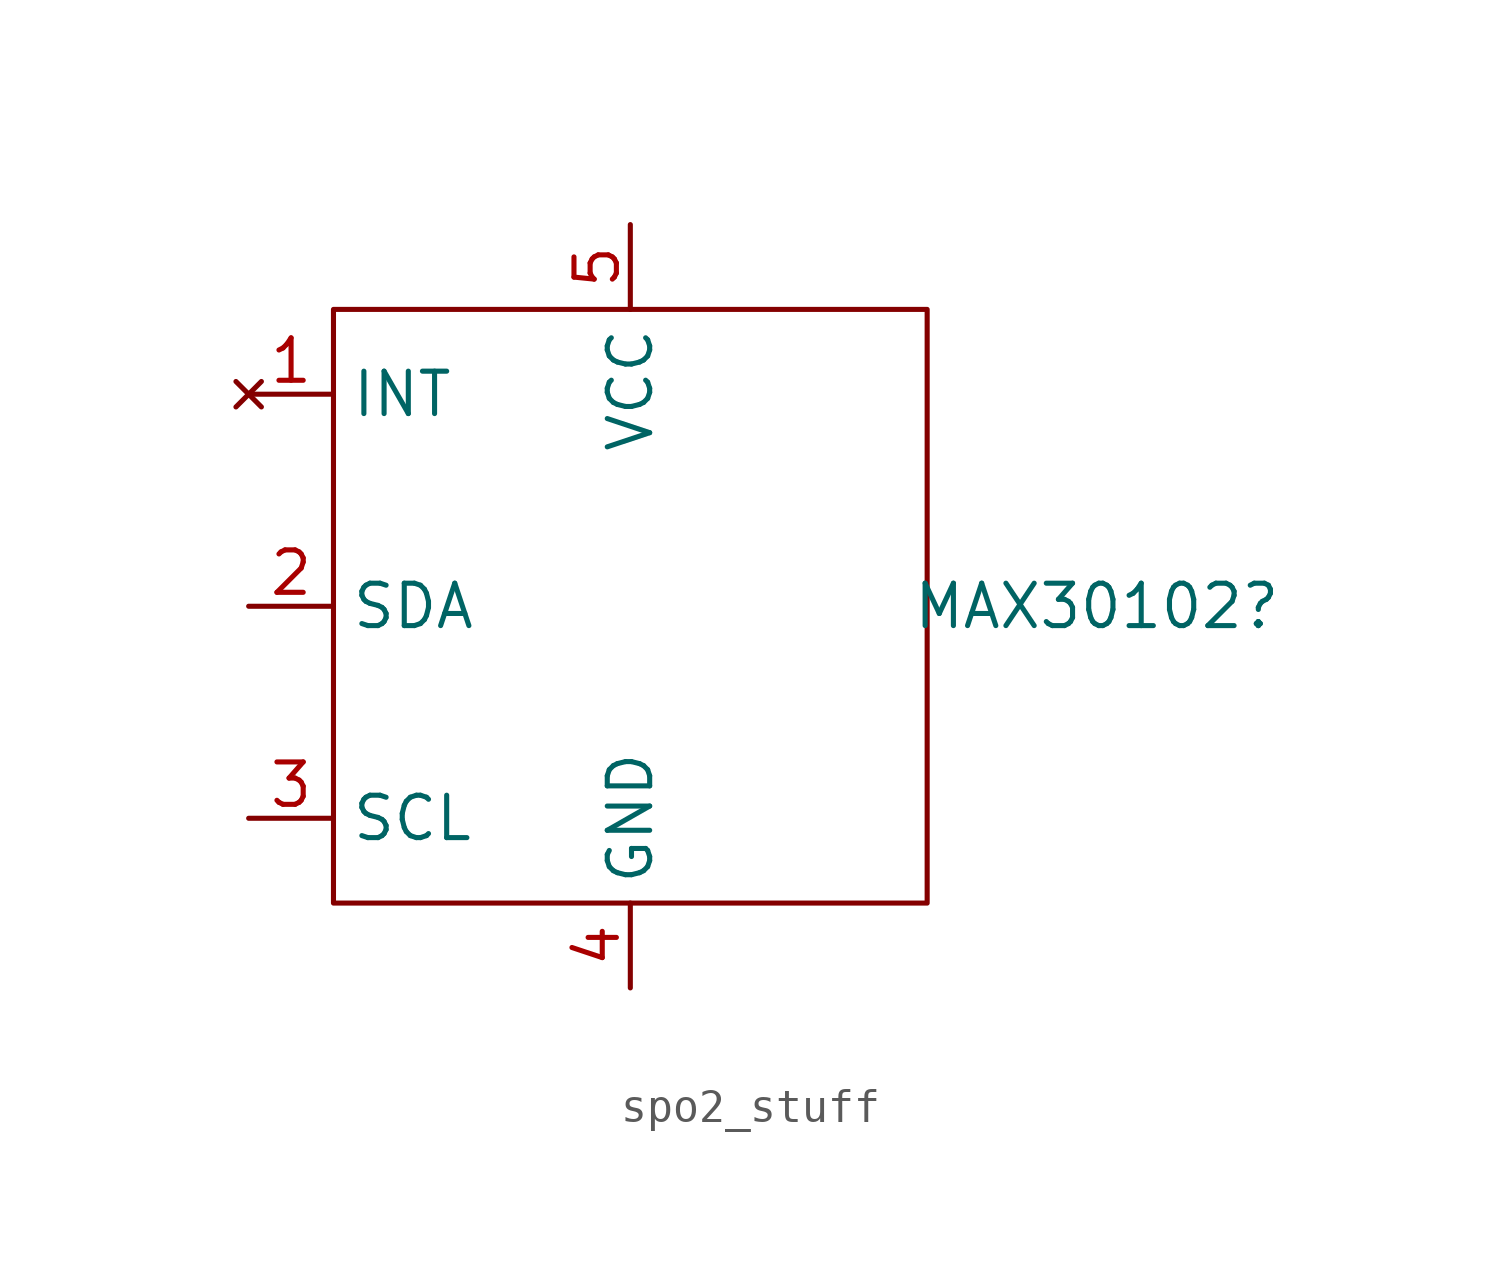
<source format=kicad_sym>
(kicad_symbol_lib
  (version 20231120)
  (generator "kicad_symbol_editor")
  (generator_version "8.0")
  (symbol "spo2_stuff"
    (property "Reference" "MAX30102"
      (at 13.97 0 0)
      (effects (font (size 1.27 1.27))))
    (property "Value" ""
      (at 0 0 0)
      (effects (font (size 1.27 1.27))))
    (symbol "spo2_stuff_0_1"
      (rectangle (start -8.89 8.89) (end 8.89 -8.89) (stroke (width 0) (type default)) (fill (type none))))
    (symbol "spo2_stuff_1_1"
      (pin no_connect line (at -11.43 6.35 0) (length 2.54) (name "INT" (effects (font (size 1.27 1.27)))) (number "1" (effects (font (size 1.27 1.27)))))
      (pin bidirectional line (at -11.43 0 0) (length 2.54) (name "SDA" (effects (font (size 1.27 1.27)))) (number "2" (effects (font (size 1.27 1.27)))))
      (pin input line (at -11.43 -6.35 0) (length 2.54) (name "SCL" (effects (font (size 1.27 1.27)))) (number "3" (effects (font (size 1.27 1.27)))))
      (pin power_out line (at 0 -11.43 90) (length 2.54) (name "GND" (effects (font (size 1.27 1.27)))) (number "4" (effects (font (size 1.27 1.27)))))
      (pin power_in line (at 0 11.43 270) (length 2.54) (name "VCC" (effects (font (size 1.27 1.27)))) (number "5" (effects (font (size 1.27 1.27))))))))
</source>
